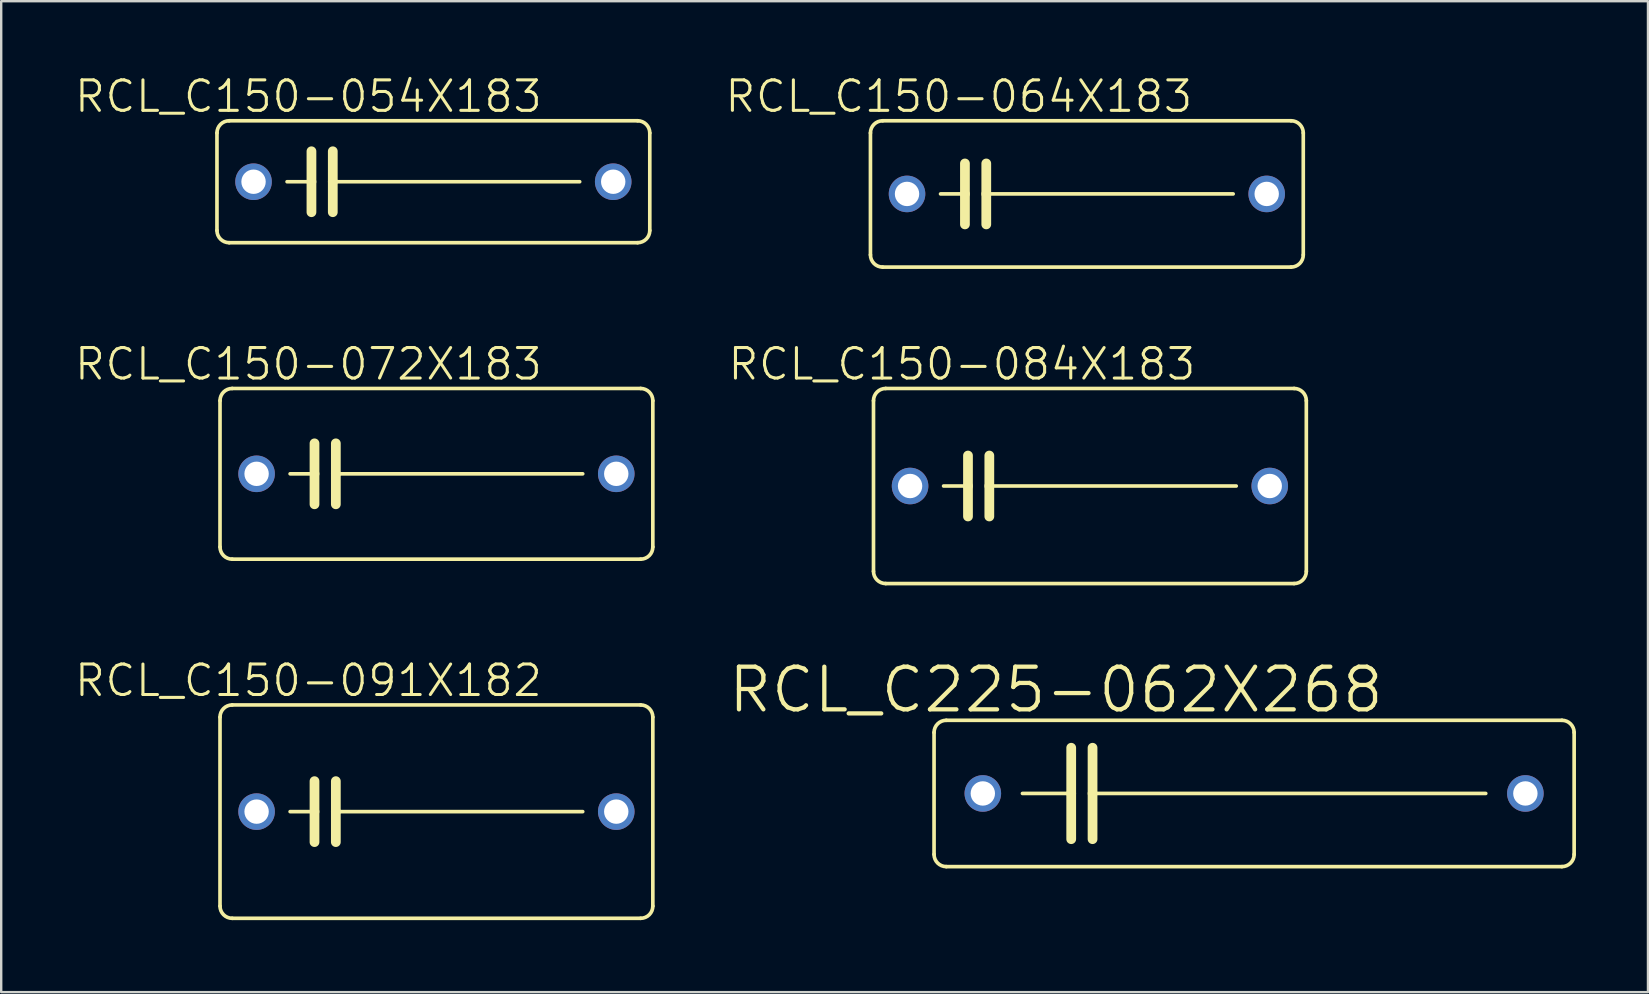
<source format=kicad_pcb>
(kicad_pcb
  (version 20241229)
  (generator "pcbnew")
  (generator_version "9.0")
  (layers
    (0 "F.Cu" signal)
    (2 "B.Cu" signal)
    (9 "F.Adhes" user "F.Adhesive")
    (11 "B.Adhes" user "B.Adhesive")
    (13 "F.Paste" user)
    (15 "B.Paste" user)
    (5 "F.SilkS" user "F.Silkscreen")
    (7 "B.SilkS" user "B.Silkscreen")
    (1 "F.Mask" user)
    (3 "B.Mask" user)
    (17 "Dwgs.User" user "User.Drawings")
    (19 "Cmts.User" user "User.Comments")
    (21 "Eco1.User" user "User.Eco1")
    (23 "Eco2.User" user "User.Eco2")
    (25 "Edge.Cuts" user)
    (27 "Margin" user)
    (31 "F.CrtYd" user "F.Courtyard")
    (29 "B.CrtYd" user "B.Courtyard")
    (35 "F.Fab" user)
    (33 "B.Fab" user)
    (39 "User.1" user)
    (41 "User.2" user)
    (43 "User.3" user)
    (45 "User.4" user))
  (footprint "RCL_C150-084X183"
    (layer "F.Cu")
    (at 42.362 17.2)
    (property "Reference" "RCL_C150-084X183" (at -5.334 -5.08 0) (layer "F.SilkS") (effects (font (size 1.27 1.27) (thickness 0.127))))
    (attr exclude_from_pos_files exclude_from_bom)
    (fp_line (start -9.017 3.556) (end -9.017 -3.556) (stroke (width 0.152) (type solid)) (layer "F.SilkS"))
    (fp_line (start -8.509 -4.064) (end 8.509 -4.064) (stroke (width 0.152) (type solid)) (layer "F.SilkS"))
    (fp_line (start -5.08 -1.27) (end -5.08 0) (stroke (width 0.406) (type solid)) (layer "F.SilkS"))
    (fp_line (start -5.08 0) (end -6.096 0) (stroke (width 0.152) (type solid)) (layer "F.SilkS"))
    (fp_line (start -5.08 0) (end -5.08 1.27) (stroke (width 0.406) (type solid)) (layer "F.SilkS"))
    (fp_line (start -4.191 -1.27) (end -4.191 0) (stroke (width 0.406) (type solid)) (layer "F.SilkS"))
    (fp_line (start -4.191 0) (end -4.191 1.27) (stroke (width 0.406) (type solid)) (layer "F.SilkS"))
    (fp_line (start -4.191 0) (end 6.096 0) (stroke (width 0.152) (type solid)) (layer "F.SilkS"))
    (fp_line (start 8.509 4.064) (end -8.509 4.064) (stroke (width 0.152) (type solid)) (layer "F.SilkS"))
    (fp_line (start 9.017 -3.556) (end 9.017 3.556) (stroke (width 0.152) (type solid)) (layer "F.SilkS"))
    (fp_arc (start -9.017 -3.556) (mid -8.86821 -3.91521) (end -8.509 -4.064) (stroke (width 0.1524) (type solid)) (layer "F.SilkS"))
    (fp_arc (start -8.509 4.064) (mid -8.86821 3.91521) (end -9.017 3.556) (stroke (width 0.1524) (type solid)) (layer "F.SilkS"))
    (fp_arc (start 8.509 -4.064) (mid 8.86821 -3.91521) (end 9.017 -3.556) (stroke (width 0.1524) (type solid)) (layer "F.SilkS"))
    (fp_arc (start 9.017 3.556) (mid 8.86821 3.91521) (end 8.509 4.064) (stroke (width 0.1524) (type solid)) (layer "F.SilkS"))
    (pad "1" thru_hole circle (at -7.493 0) (size 1.524 1.524) (drill 1.016) (layers "*.Cu" "*.Paste" "*.Mask"))
    (pad "2" thru_hole circle (at 7.493 0) (size 1.524 1.524) (drill 1.016) (layers "*.Cu" "*.Paste" "*.Mask")))
  (footprint "RCL_C150-072X183"
    (layer "F.Cu")
    (at 15.134 16.692)
    (property "Reference" "RCL_C150-072X183" (at -5.334 -4.572 0) (layer "F.SilkS") (effects (font (size 1.27 1.27) (thickness 0.127))))
    (attr exclude_from_pos_files exclude_from_bom)
    (fp_line (start -9.017 3.048) (end -9.017 -3.048) (stroke (width 0.152) (type solid)) (layer "F.SilkS"))
    (fp_line (start -8.509 -3.556) (end 8.509 -3.556) (stroke (width 0.152) (type solid)) (layer "F.SilkS"))
    (fp_line (start -5.08 -1.27) (end -5.08 0) (stroke (width 0.406) (type solid)) (layer "F.SilkS"))
    (fp_line (start -5.08 0) (end -6.096 0) (stroke (width 0.152) (type solid)) (layer "F.SilkS"))
    (fp_line (start -5.08 0) (end -5.08 1.27) (stroke (width 0.406) (type solid)) (layer "F.SilkS"))
    (fp_line (start -4.191 -1.27) (end -4.191 0) (stroke (width 0.406) (type solid)) (layer "F.SilkS"))
    (fp_line (start -4.191 0) (end -4.191 1.27) (stroke (width 0.406) (type solid)) (layer "F.SilkS"))
    (fp_line (start -4.191 0) (end 6.096 0) (stroke (width 0.152) (type solid)) (layer "F.SilkS"))
    (fp_line (start 8.509 3.556) (end -8.509 3.556) (stroke (width 0.152) (type solid)) (layer "F.SilkS"))
    (fp_line (start 9.017 -3.048) (end 9.017 3.048) (stroke (width 0.152) (type solid)) (layer "F.SilkS"))
    (fp_arc (start -9.017 -3.048) (mid -8.86821 -3.40721) (end -8.509 -3.556) (stroke (width 0.1524) (type solid)) (layer "F.SilkS"))
    (fp_arc (start -8.509 3.556) (mid -8.86821 3.40721) (end -9.017 3.048) (stroke (width 0.1524) (type solid)) (layer "F.SilkS"))
    (fp_arc (start 8.509 -3.556) (mid 8.86821 -3.40721) (end 9.017 -3.048) (stroke (width 0.1524) (type solid)) (layer "F.SilkS"))
    (fp_arc (start 9.017 3.048) (mid 8.86821 3.40721) (end 8.509 3.556) (stroke (width 0.1524) (type solid)) (layer "F.SilkS"))
    (pad "1" thru_hole circle (at -7.493 0) (size 1.524 1.524) (drill 1.016) (layers "*.Cu" "*.Paste" "*.Mask"))
    (pad "2" thru_hole circle (at 7.493 0) (size 1.524 1.524) (drill 1.016) (layers "*.Cu" "*.Paste" "*.Mask")))
  (footprint "RCL_C150-054X183"
    (layer "F.Cu")
    (at 15.007 4.522)
    (property "Reference" "RCL_C150-054X183" (at -5.207 -3.556 0) (layer "F.SilkS") (effects (font (size 1.27 1.27) (thickness 0.127))))
    (attr exclude_from_pos_files exclude_from_bom)
    (fp_line (start -9.017 2.032) (end -9.017 -2.032) (stroke (width 0.152) (type solid)) (layer "F.SilkS"))
    (fp_line (start -8.509 -2.54) (end 8.509 -2.54) (stroke (width 0.152) (type solid)) (layer "F.SilkS"))
    (fp_line (start -5.08 -1.27) (end -5.08 0) (stroke (width 0.406) (type solid)) (layer "F.SilkS"))
    (fp_line (start -5.08 0) (end -6.096 0) (stroke (width 0.152) (type solid)) (layer "F.SilkS"))
    (fp_line (start -5.08 0) (end -5.08 1.27) (stroke (width 0.406) (type solid)) (layer "F.SilkS"))
    (fp_line (start -4.191 -1.27) (end -4.191 0) (stroke (width 0.406) (type solid)) (layer "F.SilkS"))
    (fp_line (start -4.191 0) (end -4.191 1.27) (stroke (width 0.406) (type solid)) (layer "F.SilkS"))
    (fp_line (start -4.191 0) (end 6.096 0) (stroke (width 0.152) (type solid)) (layer "F.SilkS"))
    (fp_line (start 8.509 2.54) (end -8.509 2.54) (stroke (width 0.152) (type solid)) (layer "F.SilkS"))
    (fp_line (start 9.017 -2.032) (end 9.017 2.032) (stroke (width 0.152) (type solid)) (layer "F.SilkS"))
    (fp_arc (start -9.017 -2.032) (mid -8.86821 -2.39121) (end -8.509 -2.54) (stroke (width 0.1524) (type solid)) (layer "F.SilkS"))
    (fp_arc (start -8.509 2.54) (mid -8.86821 2.39121) (end -9.017 2.032) (stroke (width 0.1524) (type solid)) (layer "F.SilkS"))
    (fp_arc (start 8.509 -2.54) (mid 8.86821 -2.39121) (end 9.017 -2.032) (stroke (width 0.1524) (type solid)) (layer "F.SilkS"))
    (fp_arc (start 9.017 2.032) (mid 8.86821 2.39121) (end 8.509 2.54) (stroke (width 0.1524) (type solid)) (layer "F.SilkS"))
    (pad "1" thru_hole circle (at -7.493 0) (size 1.524 1.524) (drill 1.016) (layers "*.Cu" "*.Paste" "*.Mask"))
    (pad "2" thru_hole circle (at 7.493 0) (size 1.524 1.524) (drill 1.016) (layers "*.Cu" "*.Paste" "*.Mask")))
  (footprint "RCL_C150-091X182"
    (layer "F.Cu")
    (at 15.134 30.767)
    (property "Reference" "RCL_C150-091X182" (at -5.334 -5.461 0) (layer "F.SilkS") (effects (font (size 1.27 1.27) (thickness 0.127))))
    (attr exclude_from_pos_files exclude_from_bom)
    (fp_line (start -9.017 3.937) (end -9.017 -3.937) (stroke (width 0.152) (type solid)) (layer "F.SilkS"))
    (fp_line (start -8.509 -4.445) (end 8.509 -4.445) (stroke (width 0.152) (type solid)) (layer "F.SilkS"))
    (fp_line (start -5.08 -1.27) (end -5.08 0) (stroke (width 0.406) (type solid)) (layer "F.SilkS"))
    (fp_line (start -5.08 0) (end -6.096 0) (stroke (width 0.152) (type solid)) (layer "F.SilkS"))
    (fp_line (start -5.08 0) (end -5.08 1.27) (stroke (width 0.406) (type solid)) (layer "F.SilkS"))
    (fp_line (start -4.191 -1.27) (end -4.191 0) (stroke (width 0.406) (type solid)) (layer "F.SilkS"))
    (fp_line (start -4.191 0) (end -4.191 1.27) (stroke (width 0.406) (type solid)) (layer "F.SilkS"))
    (fp_line (start -4.191 0) (end 6.096 0) (stroke (width 0.152) (type solid)) (layer "F.SilkS"))
    (fp_line (start 8.509 4.445) (end -8.509 4.445) (stroke (width 0.152) (type solid)) (layer "F.SilkS"))
    (fp_line (start 9.017 -3.937) (end 9.017 3.937) (stroke (width 0.152) (type solid)) (layer "F.SilkS"))
    (fp_arc (start -9.017 -3.937) (mid -8.86821 -4.29621) (end -8.509 -4.445) (stroke (width 0.1524) (type solid)) (layer "F.SilkS"))
    (fp_arc (start -8.509 4.445) (mid -8.86821 4.29621) (end -9.017 3.937) (stroke (width 0.1524) (type solid)) (layer "F.SilkS"))
    (fp_arc (start 8.509 -4.445) (mid 8.86821 -4.29621) (end 9.017 -3.937) (stroke (width 0.1524) (type solid)) (layer "F.SilkS"))
    (fp_arc (start 9.017 3.937) (mid 8.86821 4.29621) (end 8.509 4.445) (stroke (width 0.1524) (type solid)) (layer "F.SilkS"))
    (pad "1" thru_hole circle (at -7.493 0) (size 1.524 1.524) (drill 1.016) (layers "*.Cu" "*.Paste" "*.Mask"))
    (pad "2" thru_hole circle (at 7.493 0) (size 1.524 1.524) (drill 1.016) (layers "*.Cu" "*.Paste" "*.Mask")))
  (footprint "RCL_C150-064X183"
    (layer "F.Cu")
    (at 42.235 5.03)
    (property "Reference" "RCL_C150-064X183" (at -5.334 -4.064 0) (layer "F.SilkS") (effects (font (size 1.27 1.27) (thickness 0.127))))
    (attr exclude_from_pos_files exclude_from_bom)
    (fp_line (start -9.017 2.54) (end -9.017 -2.54) (stroke (width 0.152) (type solid)) (layer "F.SilkS"))
    (fp_line (start -8.509 -3.048) (end 8.509 -3.048) (stroke (width 0.152) (type solid)) (layer "F.SilkS"))
    (fp_line (start -5.08 -1.27) (end -5.08 0) (stroke (width 0.406) (type solid)) (layer "F.SilkS"))
    (fp_line (start -5.08 0) (end -6.096 0) (stroke (width 0.152) (type solid)) (layer "F.SilkS"))
    (fp_line (start -5.08 0) (end -5.08 1.27) (stroke (width 0.406) (type solid)) (layer "F.SilkS"))
    (fp_line (start -4.191 -1.27) (end -4.191 0) (stroke (width 0.406) (type solid)) (layer "F.SilkS"))
    (fp_line (start -4.191 0) (end -4.191 1.27) (stroke (width 0.406) (type solid)) (layer "F.SilkS"))
    (fp_line (start -4.191 0) (end 6.096 0) (stroke (width 0.152) (type solid)) (layer "F.SilkS"))
    (fp_line (start 8.509 3.048) (end -8.509 3.048) (stroke (width 0.152) (type solid)) (layer "F.SilkS"))
    (fp_line (start 9.017 -2.54) (end 9.017 2.54) (stroke (width 0.152) (type solid)) (layer "F.SilkS"))
    (fp_arc (start -9.017 -2.54) (mid -8.86821 -2.89921) (end -8.509 -3.048) (stroke (width 0.1524) (type solid)) (layer "F.SilkS"))
    (fp_arc (start -8.509 3.048) (mid -8.86821 2.89921) (end -9.017 2.54) (stroke (width 0.1524) (type solid)) (layer "F.SilkS"))
    (fp_arc (start 8.509 -3.048) (mid 8.86821 -2.89921) (end 9.017 -2.54) (stroke (width 0.1524) (type solid)) (layer "F.SilkS"))
    (fp_arc (start 9.017 2.54) (mid 8.86821 2.89921) (end 8.509 3.048) (stroke (width 0.1524) (type solid)) (layer "F.SilkS"))
    (pad "1" thru_hole circle (at -7.493 0) (size 1.524 1.524) (drill 1.016) (layers "*.Cu" "*.Paste" "*.Mask"))
    (pad "2" thru_hole circle (at 7.493 0) (size 1.524 1.524) (drill 1.016) (layers "*.Cu" "*.Paste" "*.Mask")))
  (footprint "RCL_C225-062X268"
    (layer "F.Cu")
    (at 49.203 30.01)
    (property "Reference" "RCL_C225-062X268" (at -8.255 -4.318 0) (layer "F.SilkS") (effects (font (size 1.778 1.778) (thickness 0.178))))
    (attr exclude_from_pos_files exclude_from_bom)
    (fp_line (start -13.335 2.54) (end -13.335 -2.54) (stroke (width 0.152) (type solid)) (layer "F.SilkS"))
    (fp_line (start -12.827 -3.048) (end 12.827 -3.048) (stroke (width 0.152) (type solid)) (layer "F.SilkS"))
    (fp_line (start -9.652 0) (end -7.62 0) (stroke (width 0.152) (type solid)) (layer "F.SilkS"))
    (fp_line (start -7.62 -1.905) (end -7.62 0) (stroke (width 0.406) (type solid)) (layer "F.SilkS"))
    (fp_line (start -7.62 0) (end -7.62 1.905) (stroke (width 0.406) (type solid)) (layer "F.SilkS"))
    (fp_line (start -6.731 -1.905) (end -6.731 0) (stroke (width 0.406) (type solid)) (layer "F.SilkS"))
    (fp_line (start -6.731 0) (end -6.731 1.905) (stroke (width 0.406) (type solid)) (layer "F.SilkS"))
    (fp_line (start -6.731 0) (end 9.652 0) (stroke (width 0.152) (type solid)) (layer "F.SilkS"))
    (fp_line (start 12.827 3.048) (end -12.827 3.048) (stroke (width 0.152) (type solid)) (layer "F.SilkS"))
    (fp_line (start 13.335 -2.54) (end 13.335 2.54) (stroke (width 0.152) (type solid)) (layer "F.SilkS"))
    (fp_arc (start -13.335 -2.54) (mid -13.18621 -2.89921) (end -12.827 -3.048) (stroke (width 0.1524) (type solid)) (layer "F.SilkS"))
    (fp_arc (start -12.827 3.048) (mid -13.18621 2.89921) (end -13.335 2.54) (stroke (width 0.1524) (type solid)) (layer "F.SilkS"))
    (fp_arc (start 12.827 -3.048) (mid 13.18621 -2.89921) (end 13.335 -2.54) (stroke (width 0.1524) (type solid)) (layer "F.SilkS"))
    (fp_arc (start 13.335 2.54) (mid 13.18621 2.89921) (end 12.827 3.048) (stroke (width 0.1524) (type solid)) (layer "F.SilkS"))
    (pad "1" thru_hole circle (at -11.303 0) (size 1.524 1.524) (drill 1.016) (layers "*.Cu" "*.Paste" "*.Mask"))
    (pad "2" thru_hole circle (at 11.303 0) (size 1.524 1.524) (drill 1.016) (layers "*.Cu" "*.Paste" "*.Mask")))
  (gr_rect
    (start -3 -3)
    (end 65.614 38.288)
    (stroke (width 0.1) (type default))
    (fill no)
    (layer "Edge.Cuts")))
</source>
